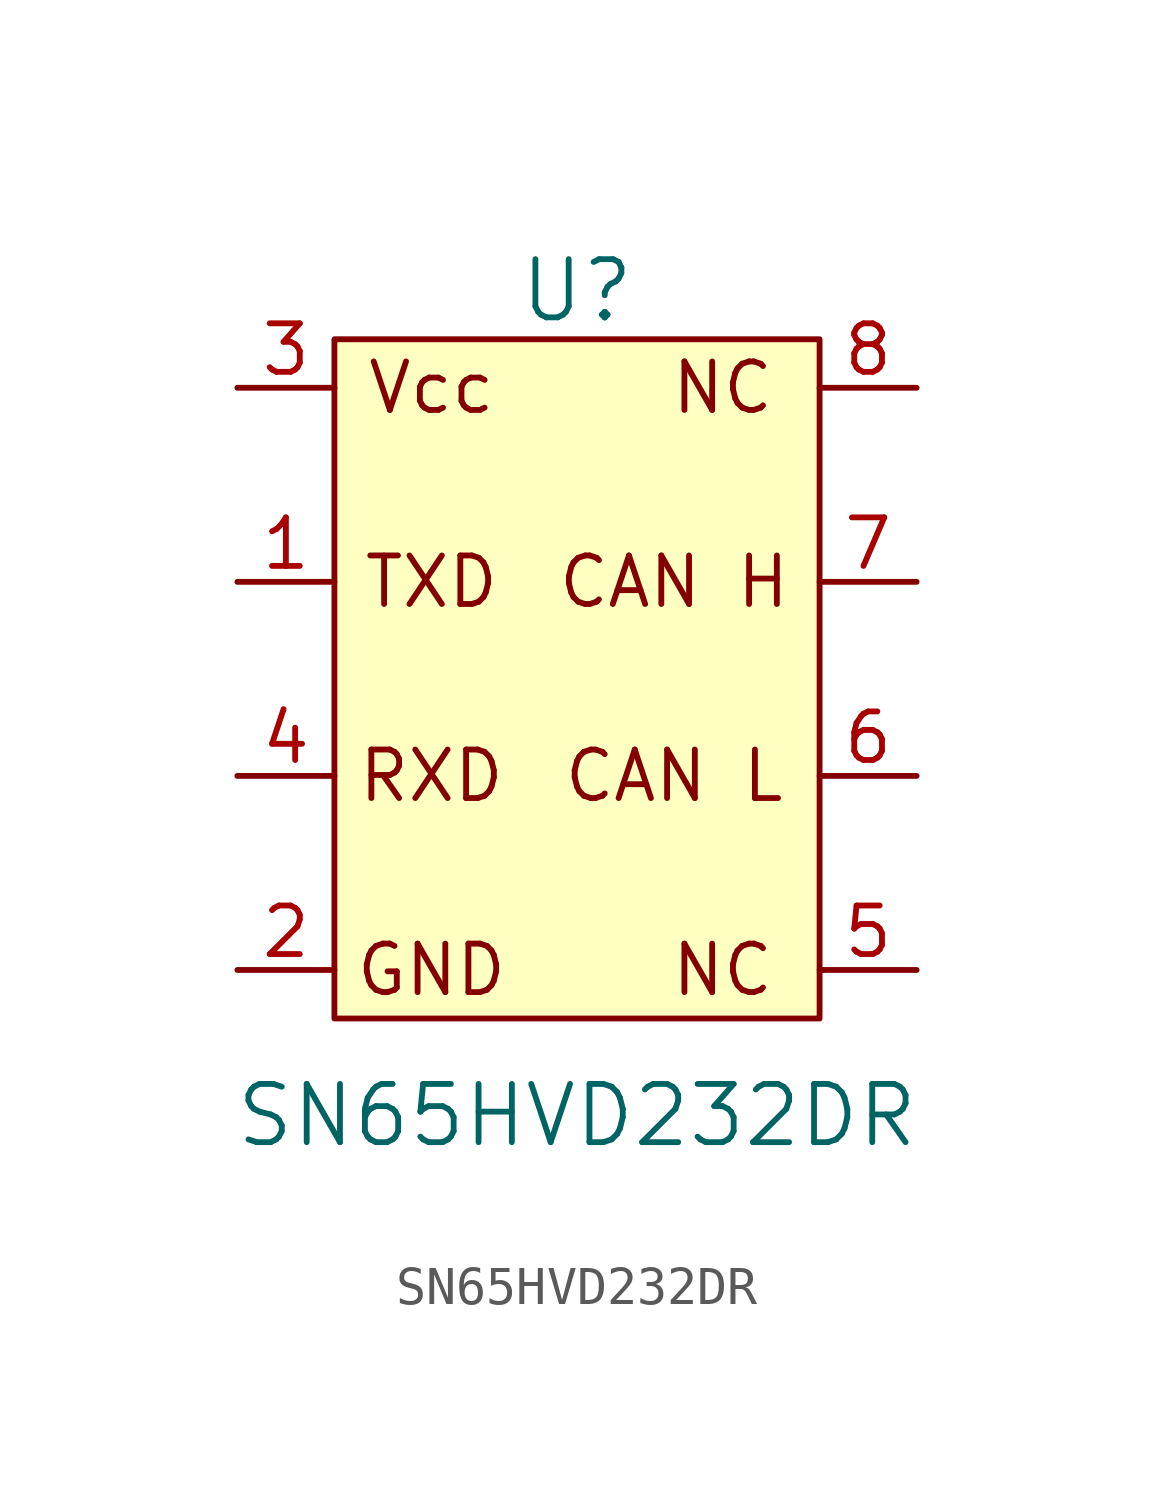
<source format=kicad_sym>
(kicad_symbol_lib
  (version 20231120)
  (generator "kicad_symbol_editor")
  (generator_version "8.0")
  (symbol "SN65HVD232DR"
    (pin_names
      (offset 0) hide)
    (property "Reference" "U"
      (at -1.27 17.78 0)
      (effects (font (size 1.524 1.524))))
    (property "Value" "SN65HVD232DR"
      (at -1.27 -3.81 0)
      (effects (font (size 1.524 1.524))))
    (symbol "SN65HVD232DR_0_0"
      (text "CAN H" (at 1.27 10.16 0) (effects (font (size 1.27 1.27))))
      (text "CAN L" (at 1.27 5.08 0) (effects (font (size 1.27 1.27))))
      (text "GND" (at -5.08 0 0) (effects (font (size 1.27 1.27))))
      (text "NC" (at 2.54 0 0) (effects (font (size 1.27 1.27))))
      (text "NC" (at 2.54 15.24 0) (effects (font (size 1.27 1.27))))
      (text "RXD" (at -5.08 5.08 0) (effects (font (size 1.27 1.27))))
      (text "TXD" (at -5.08 10.16 0) (effects (font (size 1.27 1.27))))
      (text "Vcc" (at -5.08 15.24 0) (effects (font (size 1.27 1.27)))))
    (symbol "SN65HVD232DR_0_1"
      (rectangle (start -7.62 16.51) (end 5.08 -1.27) (stroke (width 0) (type default)) (fill (type background))))
    (symbol "SN65HVD232DR_1_1"
      (pin input line (at -10.16 10.16 0) (length 2.54) (name "TXD" (effects (font (size 0.762 0.762)))) (number "1" (effects (font (size 1.27 1.27)))))
      (pin input line (at -10.16 0 0) (length 2.54) (name "GND" (effects (font (size 0.762 0.762)))) (number "2" (effects (font (size 1.27 1.27)))))
      (pin input line (at -10.16 15.24 0) (length 2.54) (name "Vcc" (effects (font (size 0.762 0.762)))) (number "3" (effects (font (size 1.27 1.27)))))
      (pin output line (at -10.16 5.08 0) (length 2.54) (name "RXD" (effects (font (size 0.762 0.762)))) (number "4" (effects (font (size 1.27 1.27)))))
      (pin input line (at 7.62 0 180) (length 2.54) (name "NC" (effects (font (size 0.762 0.762)))) (number "5" (effects (font (size 1.27 1.27)))))
      (pin input line (at 7.62 5.08 180) (length 2.54) (name "CAN_L" (effects (font (size 0.762 0.762)))) (number "6" (effects (font (size 1.27 1.27)))))
      (pin input line (at 7.62 10.16 180) (length 2.54) (name "CAN_H" (effects (font (size 0.762 0.762)))) (number "7" (effects (font (size 1.27 1.27)))))
      (pin input line (at 7.62 15.24 180) (length 2.54) (name "NC" (effects (font (size 0.762 0.762)))) (number "8" (effects (font (size 1.27 1.27))))))))
</source>
